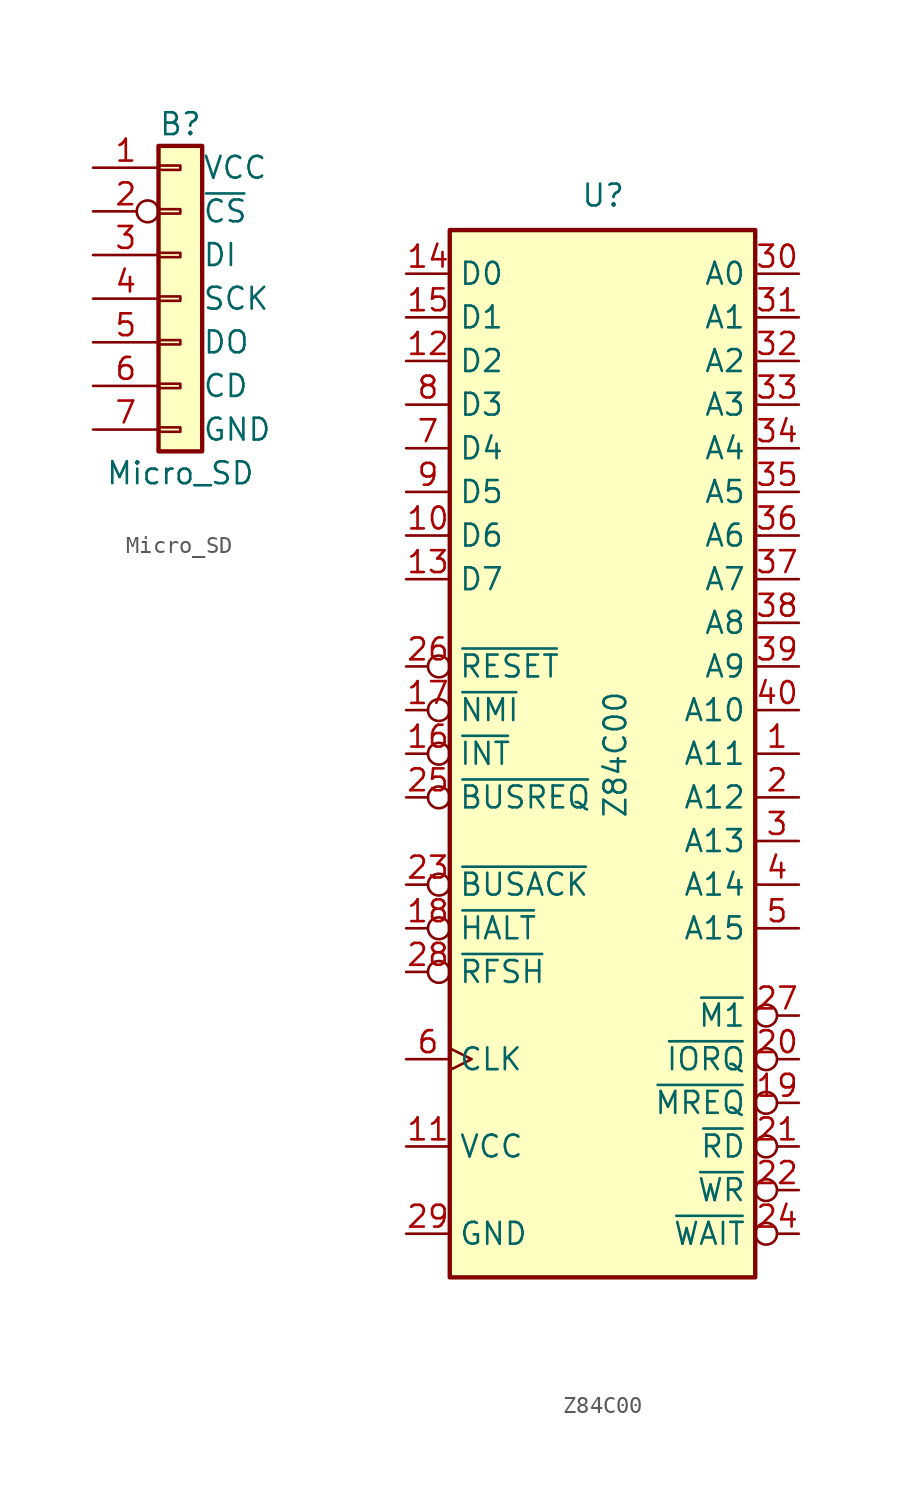
<source format=kicad_sym>
(kicad_symbol_lib
  (version 20211014)
  (generator kicad_symbol_editor)
  (symbol "Micro_SD"
    (pin_names
      (offset 2.54))
    (property "Reference" "B"
      (at 0 10.16 0)
      (effects (font (size 1.27 1.27))))
    (property "Value" "Micro_SD"
      (at 0 -10.16 0)
      (effects (font (size 1.27 1.27))))
    (symbol "Micro_SD_1_1"
      (rectangle (start -1.27 -7.493) (end 0 -7.747) (stroke (width 0.152) (type default) (color 0 0 0 0)) (fill (type none)))
      (rectangle (start -1.27 -4.953) (end 0 -5.207) (stroke (width 0.152) (type default) (color 0 0 0 0)) (fill (type none)))
      (rectangle (start -1.27 -2.413) (end 0 -2.667) (stroke (width 0.152) (type default) (color 0 0 0 0)) (fill (type none)))
      (rectangle (start -1.27 0.127) (end 0 -0.127) (stroke (width 0.152) (type default) (color 0 0 0 0)) (fill (type none)))
      (rectangle (start -1.27 2.667) (end 0 2.413) (stroke (width 0.152) (type default) (color 0 0 0 0)) (fill (type none)))
      (rectangle (start -1.27 5.207) (end 0 4.953) (stroke (width 0.152) (type default) (color 0 0 0 0)) (fill (type none)))
      (rectangle (start -1.27 7.747) (end 0 7.493) (stroke (width 0.152) (type default) (color 0 0 0 0)) (fill (type none)))
      (rectangle (start -1.27 8.89) (end 1.27 -8.89) (stroke (width 0.254) (type default) (color 0 0 0 0)) (fill (type background)))
      (pin power_in line (at -5.08 7.62 0) (length 3.81) (name "VCC" (effects (font (size 1.27 1.27)))) (number "1" (effects (font (size 1.27 1.27)))))
      (pin input inverted (at -5.08 5.08 0) (length 3.81) (name "~{CS}" (effects (font (size 1.27 1.27)))) (number "2" (effects (font (size 1.27 1.27)))))
      (pin input line (at -5.08 2.54 0) (length 3.81) (name "DI" (effects (font (size 1.27 1.27)))) (number "3" (effects (font (size 1.27 1.27)))))
      (pin input line (at -5.08 0 0) (length 3.81) (name "SCK" (effects (font (size 1.27 1.27)))) (number "4" (effects (font (size 1.27 1.27)))))
      (pin output line (at -5.08 -2.54 0) (length 3.81) (name "DO" (effects (font (size 1.27 1.27)))) (number "5" (effects (font (size 1.27 1.27)))))
      (pin output line (at -5.08 -5.08 0) (length 3.81) (name "CD" (effects (font (size 1.27 1.27)))) (number "6" (effects (font (size 1.27 1.27)))))
      (pin power_in line (at -5.08 -7.62 0) (length 3.81) (name "GND" (effects (font (size 1.27 1.27)))) (number "7" (effects (font (size 1.27 1.27)))))))
  (symbol "Z84C00"
    (property "Reference" "U"
      (at -1.27 31.75 0)
      (effects (font (size 1.27 1.27)) (justify left bottom)))
    (property "Value" "Z84C00"
      (at 0 -3.81 90)
      (effects (font (size 1.27 1.27)) (justify left top)))
    (symbol "Z84C00_0_1"
      (rectangle (start -8.89 -30.48) (end 8.89 30.48) (stroke (width 0.254) (type default) (color 0 0 0 0)) (fill (type background))))
    (symbol "Z84C00_1_1"
      (pin output line (at 11.43 0 180) (length 2.54) (name "A11" (effects (font (size 1.27 1.27)))) (number "1" (effects (font (size 1.27 1.27)))))
      (pin bidirectional line (at -11.43 12.7 0) (length 2.54) (name "D6" (effects (font (size 1.27 1.27)))) (number "10" (effects (font (size 1.27 1.27)))))
      (pin power_in line (at -11.43 -22.86 0) (length 2.54) (name "VCC" (effects (font (size 1.27 1.27)))) (number "11" (effects (font (size 1.27 1.27)))))
      (pin bidirectional line (at -11.43 22.86 0) (length 2.54) (name "D2" (effects (font (size 1.27 1.27)))) (number "12" (effects (font (size 1.27 1.27)))))
      (pin bidirectional line (at -11.43 10.16 0) (length 2.54) (name "D7" (effects (font (size 1.27 1.27)))) (number "13" (effects (font (size 1.27 1.27)))))
      (pin bidirectional line (at -11.43 27.94 0) (length 2.54) (name "D0" (effects (font (size 1.27 1.27)))) (number "14" (effects (font (size 1.27 1.27)))))
      (pin bidirectional line (at -11.43 25.4 0) (length 2.54) (name "D1" (effects (font (size 1.27 1.27)))) (number "15" (effects (font (size 1.27 1.27)))))
      (pin input inverted (at -11.43 0 0) (length 2.54) (name "~{INT}" (effects (font (size 1.27 1.27)))) (number "16" (effects (font (size 1.27 1.27)))))
      (pin input inverted (at -11.43 2.54 0) (length 2.54) (name "~{NMI}" (effects (font (size 1.27 1.27)))) (number "17" (effects (font (size 1.27 1.27)))))
      (pin output inverted (at -11.43 -10.16 0) (length 2.54) (name "~{HALT}" (effects (font (size 1.27 1.27)))) (number "18" (effects (font (size 1.27 1.27)))))
      (pin output inverted (at 11.43 -20.32 180) (length 2.54) (name "~{MREQ}" (effects (font (size 1.27 1.27)))) (number "19" (effects (font (size 1.27 1.27)))))
      (pin output line (at 11.43 -2.54 180) (length 2.54) (name "A12" (effects (font (size 1.27 1.27)))) (number "2" (effects (font (size 1.27 1.27)))))
      (pin output inverted (at 11.43 -17.78 180) (length 2.54) (name "~{IORQ}" (effects (font (size 1.27 1.27)))) (number "20" (effects (font (size 1.27 1.27)))))
      (pin output inverted (at 11.43 -22.86 180) (length 2.54) (name "~{RD}" (effects (font (size 1.27 1.27)))) (number "21" (effects (font (size 1.27 1.27)))))
      (pin output inverted (at 11.43 -25.4 180) (length 2.54) (name "~{WR}" (effects (font (size 1.27 1.27)))) (number "22" (effects (font (size 1.27 1.27)))))
      (pin output inverted (at -11.43 -7.62 0) (length 2.54) (name "~{BUSACK}" (effects (font (size 1.27 1.27)))) (number "23" (effects (font (size 1.27 1.27)))))
      (pin input inverted (at 11.43 -27.94 180) (length 2.54) (name "~{WAIT}" (effects (font (size 1.27 1.27)))) (number "24" (effects (font (size 1.27 1.27)))))
      (pin input inverted (at -11.43 -2.54 0) (length 2.54) (name "~{BUSREQ}" (effects (font (size 1.27 1.27)))) (number "25" (effects (font (size 1.27 1.27)))))
      (pin input inverted (at -11.43 5.08 0) (length 2.54) (name "~{RESET}" (effects (font (size 1.27 1.27)))) (number "26" (effects (font (size 1.27 1.27)))))
      (pin output inverted (at 11.43 -15.24 180) (length 2.54) (name "~{M1}" (effects (font (size 1.27 1.27)))) (number "27" (effects (font (size 1.27 1.27)))))
      (pin output inverted (at -11.43 -12.7 0) (length 2.54) (name "~{RFSH}" (effects (font (size 1.27 1.27)))) (number "28" (effects (font (size 1.27 1.27)))))
      (pin power_in line (at -11.43 -27.94 0) (length 2.54) (name "GND" (effects (font (size 1.27 1.27)))) (number "29" (effects (font (size 1.27 1.27)))))
      (pin output line (at 11.43 -5.08 180) (length 2.54) (name "A13" (effects (font (size 1.27 1.27)))) (number "3" (effects (font (size 1.27 1.27)))))
      (pin output line (at 11.43 27.94 180) (length 2.54) (name "A0" (effects (font (size 1.27 1.27)))) (number "30" (effects (font (size 1.27 1.27)))))
      (pin output line (at 11.43 25.4 180) (length 2.54) (name "A1" (effects (font (size 1.27 1.27)))) (number "31" (effects (font (size 1.27 1.27)))))
      (pin output line (at 11.43 22.86 180) (length 2.54) (name "A2" (effects (font (size 1.27 1.27)))) (number "32" (effects (font (size 1.27 1.27)))))
      (pin output line (at 11.43 20.32 180) (length 2.54) (name "A3" (effects (font (size 1.27 1.27)))) (number "33" (effects (font (size 1.27 1.27)))))
      (pin output line (at 11.43 17.78 180) (length 2.54) (name "A4" (effects (font (size 1.27 1.27)))) (number "34" (effects (font (size 1.27 1.27)))))
      (pin output line (at 11.43 15.24 180) (length 2.54) (name "A5" (effects (font (size 1.27 1.27)))) (number "35" (effects (font (size 1.27 1.27)))))
      (pin output line (at 11.43 12.7 180) (length 2.54) (name "A6" (effects (font (size 1.27 1.27)))) (number "36" (effects (font (size 1.27 1.27)))))
      (pin output line (at 11.43 10.16 180) (length 2.54) (name "A7" (effects (font (size 1.27 1.27)))) (number "37" (effects (font (size 1.27 1.27)))))
      (pin output line (at 11.43 7.62 180) (length 2.54) (name "A8" (effects (font (size 1.27 1.27)))) (number "38" (effects (font (size 1.27 1.27)))))
      (pin output line (at 11.43 5.08 180) (length 2.54) (name "A9" (effects (font (size 1.27 1.27)))) (number "39" (effects (font (size 1.27 1.27)))))
      (pin output line (at 11.43 -7.62 180) (length 2.54) (name "A14" (effects (font (size 1.27 1.27)))) (number "4" (effects (font (size 1.27 1.27)))))
      (pin output line (at 11.43 2.54 180) (length 2.54) (name "A10" (effects (font (size 1.27 1.27)))) (number "40" (effects (font (size 1.27 1.27)))))
      (pin output line (at 11.43 -10.16 180) (length 2.54) (name "A15" (effects (font (size 1.27 1.27)))) (number "5" (effects (font (size 1.27 1.27)))))
      (pin input clock (at -11.43 -17.78 0) (length 2.54) (name "CLK" (effects (font (size 1.27 1.27)))) (number "6" (effects (font (size 1.27 1.27)))))
      (pin bidirectional line (at -11.43 17.78 0) (length 2.54) (name "D4" (effects (font (size 1.27 1.27)))) (number "7" (effects (font (size 1.27 1.27)))))
      (pin bidirectional line (at -11.43 20.32 0) (length 2.54) (name "D3" (effects (font (size 1.27 1.27)))) (number "8" (effects (font (size 1.27 1.27)))))
      (pin bidirectional line (at -11.43 15.24 0) (length 2.54) (name "D5" (effects (font (size 1.27 1.27)))) (number "9" (effects (font (size 1.27 1.27))))))))
</source>
